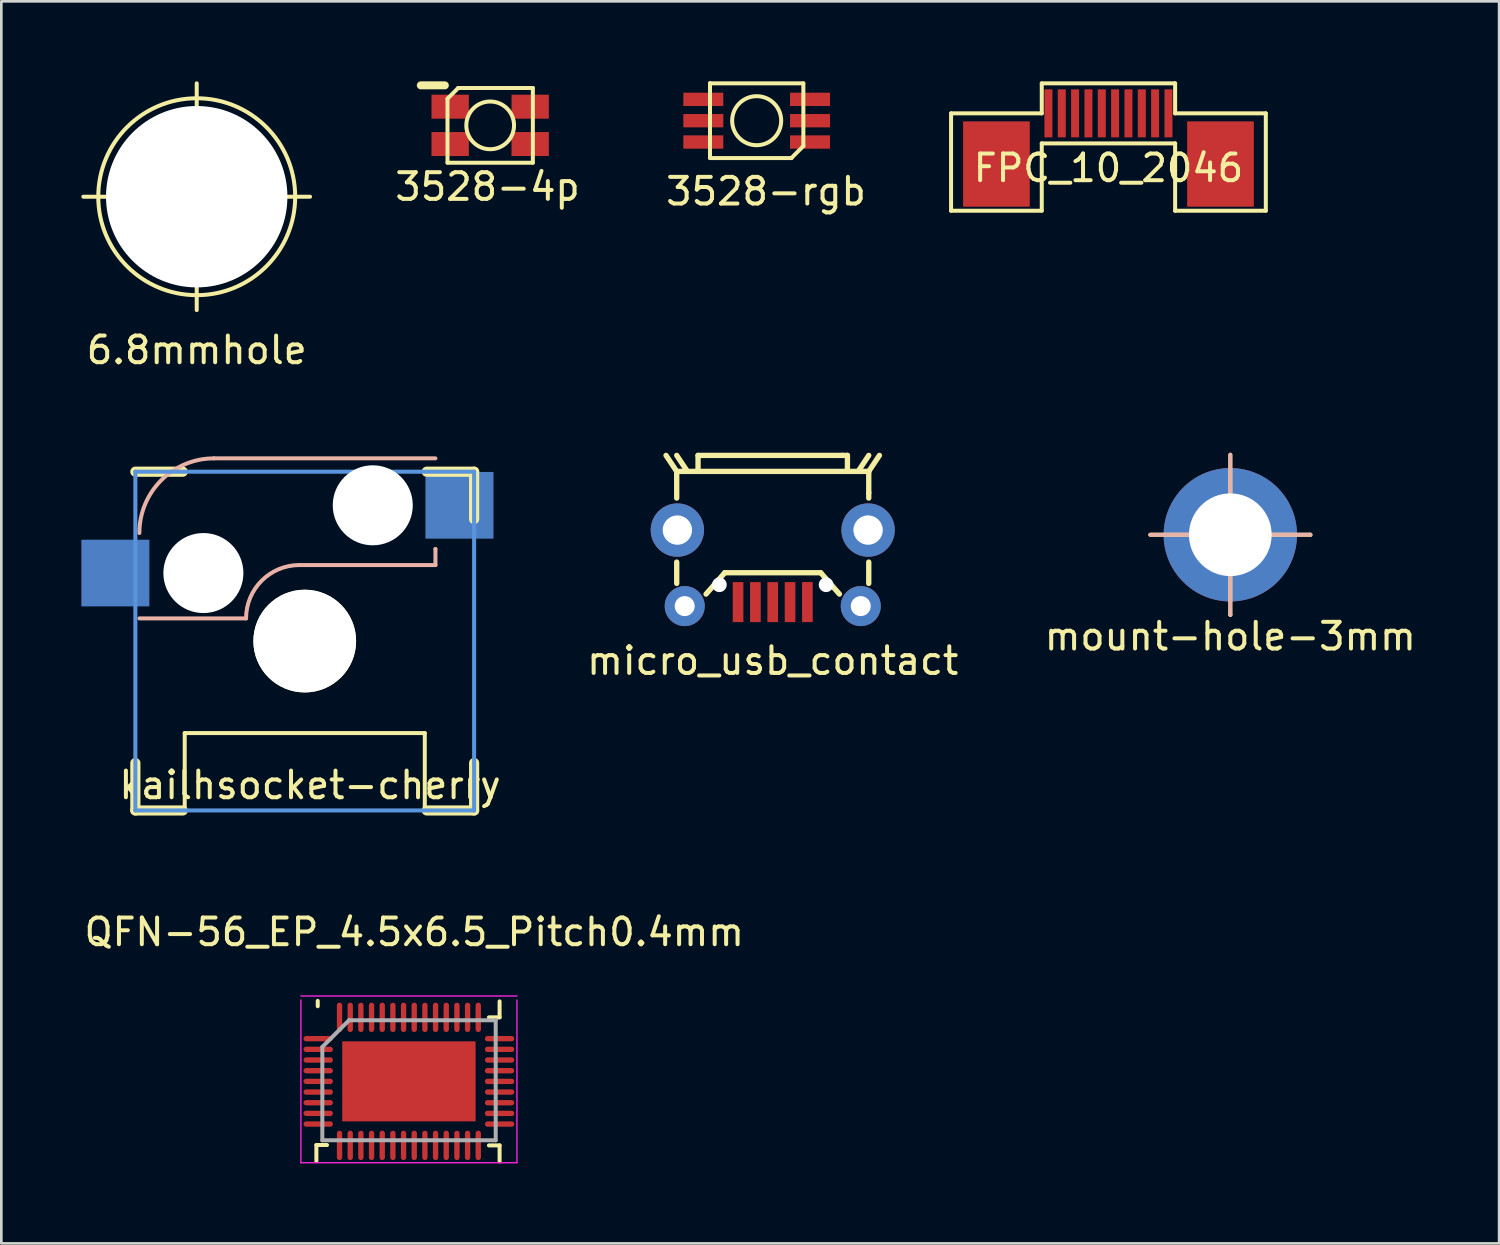
<source format=kicad_pcb>
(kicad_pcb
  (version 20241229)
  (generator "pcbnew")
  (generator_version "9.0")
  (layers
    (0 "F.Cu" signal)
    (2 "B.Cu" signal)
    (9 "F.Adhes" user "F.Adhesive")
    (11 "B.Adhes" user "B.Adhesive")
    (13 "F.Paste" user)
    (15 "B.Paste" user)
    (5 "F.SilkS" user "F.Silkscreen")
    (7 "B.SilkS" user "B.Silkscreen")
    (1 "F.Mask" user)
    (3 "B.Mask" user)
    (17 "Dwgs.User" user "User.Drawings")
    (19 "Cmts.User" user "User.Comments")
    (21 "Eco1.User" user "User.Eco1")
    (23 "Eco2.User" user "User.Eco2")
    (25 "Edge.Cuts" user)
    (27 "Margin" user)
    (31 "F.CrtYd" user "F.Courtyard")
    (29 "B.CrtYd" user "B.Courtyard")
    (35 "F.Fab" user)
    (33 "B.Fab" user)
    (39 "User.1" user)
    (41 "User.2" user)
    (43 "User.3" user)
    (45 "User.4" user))
  (footprint "micro_usb_contact"
    (layer "F.Cu")
    (at 25.92 16.823)
    (property "Reference" "micro_usb_contact" (at 0 4.9 0) (layer "F.SilkS") (effects (font (size 1 1) (thickness 0.15))))
    (attr smd)
    (fp_line (start -4 -2.8) (end -3.6 -2.2) (stroke (width 0.2) (type solid)) (layer "F.SilkS"))
    (fp_line (start -3.6 -2.8) (end -3.2 -2.2) (stroke (width 0.2) (type solid)) (layer "F.SilkS"))
    (fp_line (start -3.6 -2.2) (end -3.6 -1.2) (stroke (width 0.2) (type solid)) (layer "F.SilkS"))
    (fp_line (start -3.6 -2.2) (end 3.6 -2.2) (stroke (width 0.2) (type solid)) (layer "F.SilkS"))
    (fp_line (start -3.6 1.2) (end -3.6 2) (stroke (width 0.2) (type solid)) (layer "F.SilkS"))
    (fp_line (start -2.8 -2.8) (end 2.6 -2.8) (stroke (width 0.2) (type solid)) (layer "F.SilkS"))
    (fp_line (start -2.8 -2.2) (end -2.8 -2.8) (stroke (width 0.2) (type solid)) (layer "F.SilkS"))
    (fp_line (start -1.8 1.6) (end -2.5 2.4) (stroke (width 0.2) (type solid)) (layer "F.SilkS"))
    (fp_line (start -1.8 1.6) (end 1.8 1.6) (stroke (width 0.2) (type solid)) (layer "F.SilkS"))
    (fp_line (start 1.8 1.6) (end 2.5 2.4) (stroke (width 0.2) (type solid)) (layer "F.SilkS"))
    (fp_line (start 2.6 -2.8) (end 2.8 -2.8) (stroke (width 0.2) (type solid)) (layer "F.SilkS"))
    (fp_line (start 2.8 -2.8) (end 2.8 -2.2) (stroke (width 0.2) (type solid)) (layer "F.SilkS"))
    (fp_line (start 3.6 -2.8) (end 3.2 -2.2) (stroke (width 0.2) (type solid)) (layer "F.SilkS"))
    (fp_line (start 3.6 -2.2) (end 3.6 -1.4) (stroke (width 0.2) (type solid)) (layer "F.SilkS"))
    (fp_line (start 3.6 -2.2) (end 4 -2.8) (stroke (width 0.2) (type solid)) (layer "F.SilkS"))
    (fp_line (start 3.6 -1.4) (end 3.6 -1.2) (stroke (width 0.2) (type solid)) (layer "F.SilkS"))
    (fp_line (start 3.6 1.2) (end 3.6 2) (stroke (width 0.2) (type solid)) (layer "F.SilkS"))
    (pad "" np_thru_hole circle (at -2 2.05) (size 0.55 0.55) (drill 0.55) (layers "*.Cu" "*.Mask"))
    (pad "" np_thru_hole circle (at 2 2.05) (size 0.55 0.55) (drill 0.55) (layers "*.Cu" "*.Mask"))
    (pad "1" smd rect (at 1.3 2.7) (size 0.4 1.5) (layers "F.Cu" "F.Mask" "F.Paste"))
    (pad "2" smd rect (at 0.65 2.7) (size 0.4 1.5) (layers "F.Cu" "F.Mask" "F.Paste"))
    (pad "3" smd rect (at 0 2.7) (size 0.4 1.5) (layers "F.Cu" "F.Mask" "F.Paste"))
    (pad "4" smd rect (at -0.65 2.7) (size 0.4 1.5) (layers "F.Cu" "F.Mask" "F.Paste"))
    (pad "5" smd rect (at -1.3 2.7) (size 0.4 1.5) (layers "F.Cu" "F.Mask" "F.Paste"))
    (pad "6" thru_hole circle (at -3.575 0) (size 2 2) (drill 1.1) (layers "*.Cu" "*.Mask"))
    (pad "6" thru_hole circle (at -3.3 2.85) (size 1.5 1.5) (drill 0.75) (layers "*.Cu" "*.Mask"))
    (pad "6" thru_hole circle (at 3.3 2.85) (size 1.5 1.5) (drill 0.75) (layers "*.Cu" "*.Mask"))
    (pad "6" thru_hole circle (at 3.575 0) (size 2 2) (drill 1.1) (layers "*.Cu" "*.Mask")))
  (footprint "kailhsocket-cherry"
    (layer "F.Cu")
    (at 8.375 20.984)
    (property "Reference" "kailhsocket-cherry" (at 0.2 5.4 0) (layer "F.SilkS") (effects (font (size 1 1) (thickness 0.15))))
    (attr smd)
    (fp_line (start -6.35 -6.35) (end -4.572 -6.35) (stroke (width 0.381) (type solid)) (layer "F.SilkS"))
    (fp_line (start -6.35 6.35) (end -6.35 4.572) (stroke (width 0.381) (type solid)) (layer "F.SilkS"))
    (fp_line (start -4.572 6.35) (end -6.35 6.35) (stroke (width 0.381) (type solid)) (layer "F.SilkS"))
    (fp_line (start -4.5 3.45) (end -4.5 6.35) (stroke (width 0.15) (type solid)) (layer "F.SilkS"))
    (fp_line (start -4.5 3.45) (end 4.5 3.45) (stroke (width 0.15) (type solid)) (layer "F.SilkS"))
    (fp_line (start -4.5 6.35) (end -4.5 6.35) (stroke (width 0.15) (type solid)) (layer "F.SilkS"))
    (fp_line (start 4.5 3.45) (end 4.5 6.4) (stroke (width 0.15) (type solid)) (layer "F.SilkS"))
    (fp_line (start 4.5 6.4) (end 4.5 6.4) (stroke (width 0.15) (type solid)) (layer "F.SilkS"))
    (fp_line (start 4.572 -6.35) (end 6.35 -6.35) (stroke (width 0.381) (type solid)) (layer "F.SilkS"))
    (fp_line (start 6.35 -6.35) (end 6.35 -4.572) (stroke (width 0.381) (type solid)) (layer "F.SilkS"))
    (fp_line (start 6.35 4.572) (end 6.35 6.35) (stroke (width 0.381) (type solid)) (layer "F.SilkS"))
    (fp_line (start 6.35 6.35) (end 4.572 6.35) (stroke (width 0.381) (type solid)) (layer "F.SilkS"))
    (fp_line (start -6.2 -0.85) (end -2.2 -0.85) (stroke (width 0.15) (type solid)) (layer "B.SilkS"))
    (fp_line (start 4.9 -6.85) (end -3.4 -6.85) (stroke (width 0.15) (type solid)) (layer "B.SilkS"))
    (fp_line (start 4.9 -3.45) (end 4.9 -3.45) (stroke (width 0.15) (type solid)) (layer "B.SilkS"))
    (fp_line (start 4.9 -2.85) (end -0.2 -2.85) (stroke (width 0.15) (type solid)) (layer "B.SilkS"))
    (fp_line (start 4.9 -2.85) (end 4.9 -3.45) (stroke (width 0.15) (type solid)) (layer "B.SilkS"))
    (fp_arc (start -6.2 -4.05) (mid -5.379899 -6.029899) (end -3.4 -6.85) (stroke (width 0.15) (type solid)) (layer "B.SilkS"))
    (fp_arc (start -2.2 -0.85) (mid -1.614214 -2.264214) (end -0.2 -2.85) (stroke (width 0.15) (type solid)) (layer "B.SilkS"))
    (fp_line (start -6.35 -6.35) (end 6.35 -6.35) (stroke (width 0.152) (type solid)) (layer "Cmts.User"))
    (fp_line (start -6.35 6.35) (end -6.35 -6.35) (stroke (width 0.152) (type solid)) (layer "Cmts.User"))
    (fp_line (start 6.35 -6.35) (end 6.35 6.35) (stroke (width 0.152) (type solid)) (layer "Cmts.User"))
    (fp_line (start 6.35 6.35) (end -6.35 6.35) (stroke (width 0.152) (type solid)) (layer "Cmts.User"))
    (fp_line (start -6.985 -6.985) (end 6.985 -6.985) (stroke (width 0.152) (type solid)) (layer "Eco2.User"))
    (fp_line (start -6.985 6.985) (end -6.985 -6.985) (stroke (width 0.152) (type solid)) (layer "Eco2.User"))
    (fp_line (start 6.985 -6.985) (end 6.985 6.985) (stroke (width 0.152) (type solid)) (layer "Eco2.User"))
    (fp_line (start 6.985 6.985) (end -6.985 6.985) (stroke (width 0.152) (type solid)) (layer "Eco2.User"))
    (pad "" np_thru_hole circle (at -3.8 -2.55) (size 3 3) (drill 3) (layers "*.Cu" "*.Mask"))
    (pad "" np_thru_hole circle (at 0 0) (size 3.85 3.85) (drill 3.85) (layers "*.Cu" "*.Mask" "F.SilkS"))
    (pad "" np_thru_hole circle (at 2.55 -5.09) (size 3 3) (drill 3) (layers "*.Cu" "*.Mask"))
    (pad "1" smd rect (at -7.1 -2.55) (size 2.55 2.5) (layers "B.Cu" "B.Mask" "B.Paste"))
    (pad "2" smd rect (at 5.8 -5.09) (size 2.55 2.5) (layers "B.Cu" "B.Mask" "B.Paste")))
  (footprint "3528-rgb"
    (layer "F.Cu")
    (at 25.318 1.475)
    (property "Reference" "3528-rgb" (at 0.35 2.65 0) (layer "F.SilkS") (effects (font (size 1 1) (thickness 0.15))))
    (attr through_hole)
    (fp_line (start -1.75 -1.4) (end -1.75 -1.4) (stroke (width 0.15) (type solid)) (layer "F.SilkS"))
    (fp_line (start -1.75 0) (end -1.75 -1.4) (stroke (width 0.15) (type solid)) (layer "F.SilkS"))
    (fp_line (start -1.75 0) (end -1.75 1.4) (stroke (width 0.15) (type solid)) (layer "F.SilkS"))
    (fp_line (start -1.75 1.4) (end 1.3 1.4) (stroke (width 0.15) (type solid)) (layer "F.SilkS"))
    (fp_line (start 1.3 1.4) (end 1.3 1.4) (stroke (width 0.15) (type solid)) (layer "F.SilkS"))
    (fp_line (start 1.75 -1.4) (end -1.75 -1.4) (stroke (width 0.15) (type solid)) (layer "F.SilkS"))
    (fp_line (start 1.75 0.95) (end 1.3 1.4) (stroke (width 0.15) (type solid)) (layer "F.SilkS"))
    (fp_line (start 1.75 0.95) (end 1.75 -1.4) (stroke (width 0.15) (type solid)) (layer "F.SilkS"))
    (fp_circle (center 0 0) (end 0.35 0.85) (stroke (width 0.15) (type solid)) (fill no) (layer "F.SilkS"))
    (pad "1" smd rect (at -2 -0.8 180) (size 1.5 0.5) (layers "F.Cu" "F.Mask" "F.Paste"))
    (pad "2" smd rect (at -2 0 180) (size 1.5 0.5) (layers "F.Cu" "F.Mask" "F.Paste"))
    (pad "3" smd rect (at -2 0.8 180) (size 1.5 0.5) (layers "F.Cu" "F.Mask" "F.Paste"))
    (pad "4" smd rect (at 2 -0.8 180) (size 1.5 0.5) (layers "F.Cu" "F.Mask" "F.Paste"))
    (pad "5" smd rect (at 2 0 180) (size 1.5 0.5) (layers "F.Cu" "F.Mask" "F.Paste"))
    (pad "6" smd rect (at 2 0.8 180) (size 1.5 0.5) (layers "F.Cu" "F.Mask" "F.Paste")))
  (footprint "mount-hole-3mm"
    (layer "F.Cu")
    (at 43.075 16.998)
    (property "Reference" "mount-hole-3mm" (at 0 3.81 0) (layer "F.SilkS") (effects (font (size 1 1) (thickness 0.15))))
    (attr through_hole)
    (fp_line (start -3 0) (end 3 0) (stroke (width 0.15) (type solid)) (layer "F.SilkS"))
    (fp_line (start 0 -3) (end 0 3) (stroke (width 0.15) (type solid)) (layer "F.SilkS"))
    (fp_line (start 0 3) (end 0 3) (stroke (width 0.15) (type solid)) (layer "F.SilkS"))
    (fp_line (start 3 0) (end 3 0) (stroke (width 0.15) (type solid)) (layer "F.SilkS"))
    (fp_line (start -3 0) (end 3 0) (stroke (width 0.15) (type solid)) (layer "B.SilkS"))
    (fp_line (start 0 -3) (end 0 3) (stroke (width 0.15) (type solid)) (layer "B.SilkS"))
    (fp_line (start 0 3) (end 0 3) (stroke (width 0.15) (type solid)) (layer "B.SilkS"))
    (fp_line (start 3 0) (end 3 0) (stroke (width 0.15) (type solid)) (layer "B.SilkS"))
    (pad "1" thru_hole circle (at 0 0) (size 5 5) (drill 3.1) (layers "*.Cu" "*.Mask")))
  (footprint "FPC_10_2046"
    (layer "F.Cu")
    (at 38.506 1.2)
    (property "Reference" "FPC_10_2046" (at 0 2.05 0) (layer "F.SilkS") (effects (font (size 1 1) (thickness 0.15))))
    (attr smd)
    (fp_line (start -5.9 0) (end -2.5 0) (stroke (width 0.15) (type solid)) (layer "F.SilkS"))
    (fp_line (start -5.9 3.65) (end -5.9 0) (stroke (width 0.15) (type solid)) (layer "F.SilkS"))
    (fp_line (start -2.5 -1.125) (end 2.5 -1.125) (stroke (width 0.15) (type solid)) (layer "F.SilkS"))
    (fp_line (start -2.5 0) (end -2.5 -1.125) (stroke (width 0.15) (type solid)) (layer "F.SilkS"))
    (fp_line (start -2.5 1.125) (end -2.5 3.65) (stroke (width 0.15) (type solid)) (layer "F.SilkS"))
    (fp_line (start -2.5 1.125) (end 2.5 1.125) (stroke (width 0.15) (type solid)) (layer "F.SilkS"))
    (fp_line (start -2.5 3.65) (end -5.9 3.65) (stroke (width 0.15) (type solid)) (layer "F.SilkS"))
    (fp_line (start 2.5 0) (end 2.5 -1.125) (stroke (width 0.15) (type solid)) (layer "F.SilkS"))
    (fp_line (start 2.5 1.125) (end 2.5 3.65) (stroke (width 0.15) (type solid)) (layer "F.SilkS"))
    (fp_line (start 2.5 3.65) (end 5.9 3.65) (stroke (width 0.15) (type solid)) (layer "F.SilkS"))
    (fp_line (start 5.9 0) (end 2.5 0) (stroke (width 0.15) (type solid)) (layer "F.SilkS"))
    (fp_line (start 5.9 3.65) (end 5.9 0) (stroke (width 0.15) (type solid)) (layer "F.SilkS"))
    (pad "0" smd rect (at -4.2 1.9) (size 2.5 3.2) (layers "F.Cu" "F.Mask" "F.Paste"))
    (pad "0" smd rect (at 4.2 1.9) (size 2.5 3.2) (layers "F.Cu" "F.Mask" "F.Paste"))
    (pad "1" smd rect (at -2.25 0) (size 0.3 1.8) (layers "F.Cu" "F.Mask" "F.Paste"))
    (pad "2" smd rect (at -1.75 0) (size 0.3 1.8) (layers "F.Cu" "F.Mask" "F.Paste"))
    (pad "3" smd rect (at -1.25 0) (size 0.3 1.8) (layers "F.Cu" "F.Mask" "F.Paste"))
    (pad "4" smd rect (at -0.75 0) (size 0.3 1.8) (layers "F.Cu" "F.Mask" "F.Paste"))
    (pad "5" smd rect (at -0.25 0) (size 0.3 1.8) (layers "F.Cu" "F.Mask" "F.Paste"))
    (pad "6" smd rect (at 0.25 0) (size 0.3 1.8) (layers "F.Cu" "F.Mask" "F.Paste"))
    (pad "7" smd rect (at 0.75 0) (size 0.3 1.8) (layers "F.Cu" "F.Mask" "F.Paste"))
    (pad "8" smd rect (at 1.25 0) (size 0.3 1.8) (layers "F.Cu" "F.Mask" "F.Paste"))
    (pad "9" smd rect (at 1.75 0) (size 0.3 1.8) (layers "F.Cu" "F.Mask" "F.Paste"))
    (pad "10" smd rect (at 2.25 0) (size 0.3 1.8) (layers "F.Cu" "F.Mask" "F.Paste")))
  (footprint "3528-4p"
    (layer "F.Cu")
    (at 15.327 1.65)
    (property "Reference" "3528-4p" (at -0.1 2.3 0) (layer "F.SilkS") (effects (font (size 1 1) (thickness 0.15))))
    (attr through_hole)
    (fp_line (start -2.6 -1.5) (end -1.7 -1.5) (stroke (width 0.3) (type solid)) (layer "F.SilkS"))
    (fp_line (start -1.6 1.4) (end -1.6 -1) (stroke (width 0.15) (type solid)) (layer "F.SilkS"))
    (fp_line (start -1.2 -1.4) (end -1.6 -1) (stroke (width 0.15) (type solid)) (layer "F.SilkS"))
    (fp_line (start 1.6 -1.4) (end -1.2 -1.4) (stroke (width 0.15) (type solid)) (layer "F.SilkS"))
    (fp_line (start 1.6 -1.4) (end 1.6 1.4) (stroke (width 0.15) (type solid)) (layer "F.SilkS"))
    (fp_line (start 1.6 1.4) (end -1.6 1.4) (stroke (width 0.15) (type solid)) (layer "F.SilkS"))
    (fp_circle (center 0 0) (end 0.4 0.8) (stroke (width 0.15) (type solid)) (fill no) (layer "F.SilkS"))
    (pad "1" smd rect (at 1.5 -0.7) (size 1.4 0.9) (layers "F.Cu" "F.Mask" "F.Paste"))
    (pad "4" smd rect (at 1.5 0.7) (size 1.4 0.9) (layers "F.Cu" "F.Mask" "F.Paste"))
    (pad "5" smd rect (at -1.5 -0.7) (size 1.4 0.9) (layers "F.Cu" "F.Mask" "F.Paste"))
    (pad "6" smd rect (at -1.5 0.7) (size 1.4 0.9) (layers "F.Cu" "F.Mask" "F.Paste")))
  (footprint "6.8mmhole"
    (layer "F.Cu")
    (at 4.325 4.325)
    (property "Reference" "6.8mmhole" (at 0 5.75 0) (layer "F.SilkS") (effects (font (size 1 1) (thickness 0.15))))
    (attr through_hole)
    (fp_line (start -4.25 0) (end 4.25 0) (stroke (width 0.15) (type solid)) (layer "F.SilkS"))
    (fp_line (start 0 -4.25) (end 0 4.25) (stroke (width 0.15) (type solid)) (layer "F.SilkS"))
    (fp_circle (center 0 0) (end 1.75 3.25) (stroke (width 0.15) (type solid)) (fill no) (layer "F.SilkS"))
    (pad "" np_thru_hole circle (at 0 0) (size 6.8 6.8) (drill 6.8) (layers "*.Cu" "*.Mask")))
  (footprint "QFN-56_EP_4.5x6.5_Pitch0.4mm"
    (layer "F.Cu")
    (at 12.282 37.494)
    (property "Reference" "QFN-56_EP_4.5x6.5_Pitch0.4mm" (at 0.2 -5.6 0) (layer "F.SilkS") (effects (font (size 1 1) (thickness 0.15))))
    (attr smd)
    (fp_line (start -3.471 2.383) (end -3.071 2.383) (stroke (width 0.15) (type solid)) (layer "F.SilkS"))
    (fp_line (start -3.471 2.983) (end -3.471 2.383) (stroke (width 0.15) (type solid)) (layer "F.SilkS"))
    (fp_line (start -3.42 -2.82) (end -3.42 -3.02) (stroke (width 0.15) (type solid)) (layer "F.SilkS"))
    (fp_line (start 3.398 -3.003) (end 3.398 -2.403) (stroke (width 0.15) (type solid)) (layer "F.SilkS"))
    (fp_line (start 3.398 -2.403) (end 2.998 -2.403) (stroke (width 0.15) (type solid)) (layer "F.SilkS"))
    (fp_line (start 3.398 2.397) (end 2.998 2.397) (stroke (width 0.15) (type solid)) (layer "F.SilkS"))
    (fp_line (start 3.398 2.997) (end 3.398 2.397) (stroke (width 0.15) (type solid)) (layer "F.SilkS"))
    (fp_line (start -4.052 -3.203) (end 4.048 -3.203) (stroke (width 0.05) (type solid)) (layer "F.CrtYd"))
    (fp_line (start -4.052 3.047) (end -4.052 -3.053) (stroke (width 0.05) (type solid)) (layer "F.CrtYd"))
    (fp_line (start 4.048 -3.053) (end 4.048 3.047) (stroke (width 0.05) (type solid)) (layer "F.CrtYd"))
    (fp_line (start 4.048 3.047) (end -4.052 3.047) (stroke (width 0.05) (type solid)) (layer "F.CrtYd"))
    (fp_line (start -3.248 -1.294) (end -2.248 -2.294) (stroke (width 0.15) (type solid)) (layer "F.Fab"))
    (fp_line (start -3.248 2.206) (end -3.248 -1.294) (stroke (width 0.15) (type solid)) (layer "F.Fab"))
    (fp_line (start -2.248 -2.294) (end 3.252 -2.294) (stroke (width 0.15) (type solid)) (layer "F.Fab"))
    (fp_line (start 3.252 -2.294) (end 3.252 2.206) (stroke (width 0.15) (type solid)) (layer "F.Fab"))
    (fp_line (start 3.252 2.206) (end -3.248 2.206) (stroke (width 0.15) (type solid)) (layer "F.Fab"))
    (pad "1" smd oval (at -3.402 -1.603 90) (size 0.2 1.1) (layers "F.Cu" "F.Mask" "F.Paste"))
    (pad "2" smd oval (at -3.402 -1.203 90) (size 0.2 1.1) (layers "F.Cu" "F.Mask" "F.Paste"))
    (pad "3" smd oval (at -3.402 -0.803 90) (size 0.2 1.1) (layers "F.Cu" "F.Mask" "F.Paste"))
    (pad "4" smd oval (at -3.402 -0.403 90) (size 0.2 1.1) (layers "F.Cu" "F.Mask" "F.Paste"))
    (pad "5" smd oval (at -3.402 -0.003 90) (size 0.2 1.1) (layers "F.Cu" "F.Mask" "F.Paste"))
    (pad "6" smd oval (at -3.402 0.397 90) (size 0.2 1.1) (layers "F.Cu" "F.Mask" "F.Paste"))
    (pad "7" smd oval (at -3.402 0.797 90) (size 0.2 1.1) (layers "F.Cu" "F.Mask" "F.Paste"))
    (pad "8" smd oval (at -3.402 1.197 90) (size 0.2 1.1) (layers "F.Cu" "F.Mask" "F.Paste"))
    (pad "9" smd oval (at -3.402 1.597 90) (size 0.2 1.1) (layers "F.Cu" "F.Mask" "F.Paste"))
    (pad "10" smd oval (at -2.602 2.397 180) (size 0.2 1.1) (layers "F.Cu" "F.Mask" "F.Paste"))
    (pad "11" smd oval (at -2.202 2.397 180) (size 0.2 1.1) (layers "F.Cu" "F.Mask" "F.Paste"))
    (pad "12" smd oval (at -1.802 2.397 180) (size 0.2 1.1) (layers "F.Cu" "F.Mask" "F.Paste"))
    (pad "13" smd oval (at -1.402 2.397 180) (size 0.2 1.1) (layers "F.Cu" "F.Mask" "F.Paste"))
    (pad "14" smd oval (at -1.002 2.397 180) (size 0.2 1.1) (layers "F.Cu" "F.Mask" "F.Paste"))
    (pad "15" smd oval (at -0.602 2.397 180) (size 0.2 1.1) (layers "F.Cu" "F.Mask" "F.Paste"))
    (pad "16" smd oval (at -0.202 2.397 180) (size 0.2 1.1) (layers "F.Cu" "F.Mask" "F.Paste"))
    (pad "17" smd oval (at 0.198 2.397 180) (size 0.2 1.1) (layers "F.Cu" "F.Mask" "F.Paste"))
    (pad "18" smd oval (at 0.598 2.397 180) (size 0.2 1.1) (layers "F.Cu" "F.Mask" "F.Paste"))
    (pad "19" smd oval (at 0.998 2.397 180) (size 0.2 1.1) (layers "F.Cu" "F.Mask" "F.Paste"))
    (pad "20" smd oval (at 1.398 2.397 180) (size 0.2 1.1) (layers "F.Cu" "F.Mask" "F.Paste"))
    (pad "21" smd oval (at 1.798 2.397 180) (size 0.2 1.1) (layers "F.Cu" "F.Mask" "F.Paste"))
    (pad "22" smd oval (at 2.198 2.397 180) (size 0.2 1.1) (layers "F.Cu" "F.Mask" "F.Paste"))
    (pad "23" smd oval (at 2.598 2.397 180) (size 0.2 1.1) (layers "F.Cu" "F.Mask" "F.Paste"))
    (pad "24" smd oval (at 3.398 1.597 90) (size 0.2 1.1) (layers "F.Cu" "F.Mask" "F.Paste"))
    (pad "25" smd oval (at 3.398 1.197 90) (size 0.2 1.1) (layers "F.Cu" "F.Mask" "F.Paste"))
    (pad "26" smd oval (at 3.398 0.797 90) (size 0.2 1.1) (layers "F.Cu" "F.Mask" "F.Paste"))
    (pad "27" smd oval (at 3.398 0.397 90) (size 0.2 1.1) (layers "F.Cu" "F.Mask" "F.Paste"))
    (pad "28" smd oval (at 3.398 -0.003 90) (size 0.2 1.1) (layers "F.Cu" "F.Mask" "F.Paste"))
    (pad "29" smd oval (at 3.398 -0.403 90) (size 0.2 1.1) (layers "F.Cu" "F.Mask" "F.Paste"))
    (pad "30" smd oval (at 3.398 -0.803 90) (size 0.2 1.1) (layers "F.Cu" "F.Mask" "F.Paste"))
    (pad "31" smd oval (at 3.398 -1.203 90) (size 0.2 1.1) (layers "F.Cu" "F.Mask" "F.Paste"))
    (pad "32" smd oval (at 3.398 -1.603 90) (size 0.2 1.1) (layers "F.Cu" "F.Mask" "F.Paste"))
    (pad "33" smd oval (at 2.598 -2.403 180) (size 0.2 1.1) (layers "F.Cu" "F.Mask" "F.Paste"))
    (pad "34" smd oval (at 2.198 -2.403 180) (size 0.2 1.1) (layers "F.Cu" "F.Mask" "F.Paste"))
    (pad "35" smd oval (at 1.798 -2.403 180) (size 0.2 1.1) (layers "F.Cu" "F.Mask" "F.Paste"))
    (pad "36" smd oval (at 1.398 -2.403 180) (size 0.2 1.1) (layers "F.Cu" "F.Mask" "F.Paste"))
    (pad "37" smd oval (at 0.998 -2.403 180) (size 0.2 1.1) (layers "F.Cu" "F.Mask" "F.Paste"))
    (pad "38" smd oval (at 0.598 -2.403 180) (size 0.2 1.1) (layers "F.Cu" "F.Mask" "F.Paste"))
    (pad "39" smd oval (at 0.198 -2.403 180) (size 0.2 1.1) (layers "F.Cu" "F.Mask" "F.Paste"))
    (pad "40" smd oval (at -0.202 -2.403 180) (size 0.2 1.1) (layers "F.Cu" "F.Mask" "F.Paste"))
    (pad "41" smd oval (at -0.602 -2.403 180) (size 0.2 1.1) (layers "F.Cu" "F.Mask" "F.Paste"))
    (pad "42" smd oval (at -1.002 -2.403 180) (size 0.2 1.1) (layers "F.Cu" "F.Mask" "F.Paste"))
    (pad "43" smd oval (at -1.402 -2.403 180) (size 0.2 1.1) (layers "F.Cu" "F.Mask" "F.Paste"))
    (pad "44" smd oval (at -1.802 -2.403 180) (size 0.2 1.1) (layers "F.Cu" "F.Mask" "F.Paste"))
    (pad "45" smd oval (at -2.202 -2.403 180) (size 0.2 1.1) (layers "F.Cu" "F.Mask" "F.Paste"))
    (pad "46" smd oval (at -2.602 -2.403 180) (size 0.2 1.1) (layers "F.Cu" "F.Mask" "F.Paste"))
    (pad "47" smd rect (at -0.002 -0.003 90) (size 3 5) (layers "F.Cu" "F.Mask" "F.Paste")))
  (gr_rect
    (start -3 -3)
    (end 53.152 43.566)
    (stroke (width 0.1) (type default))
    (fill no)
    (layer "Edge.Cuts")))
</source>
